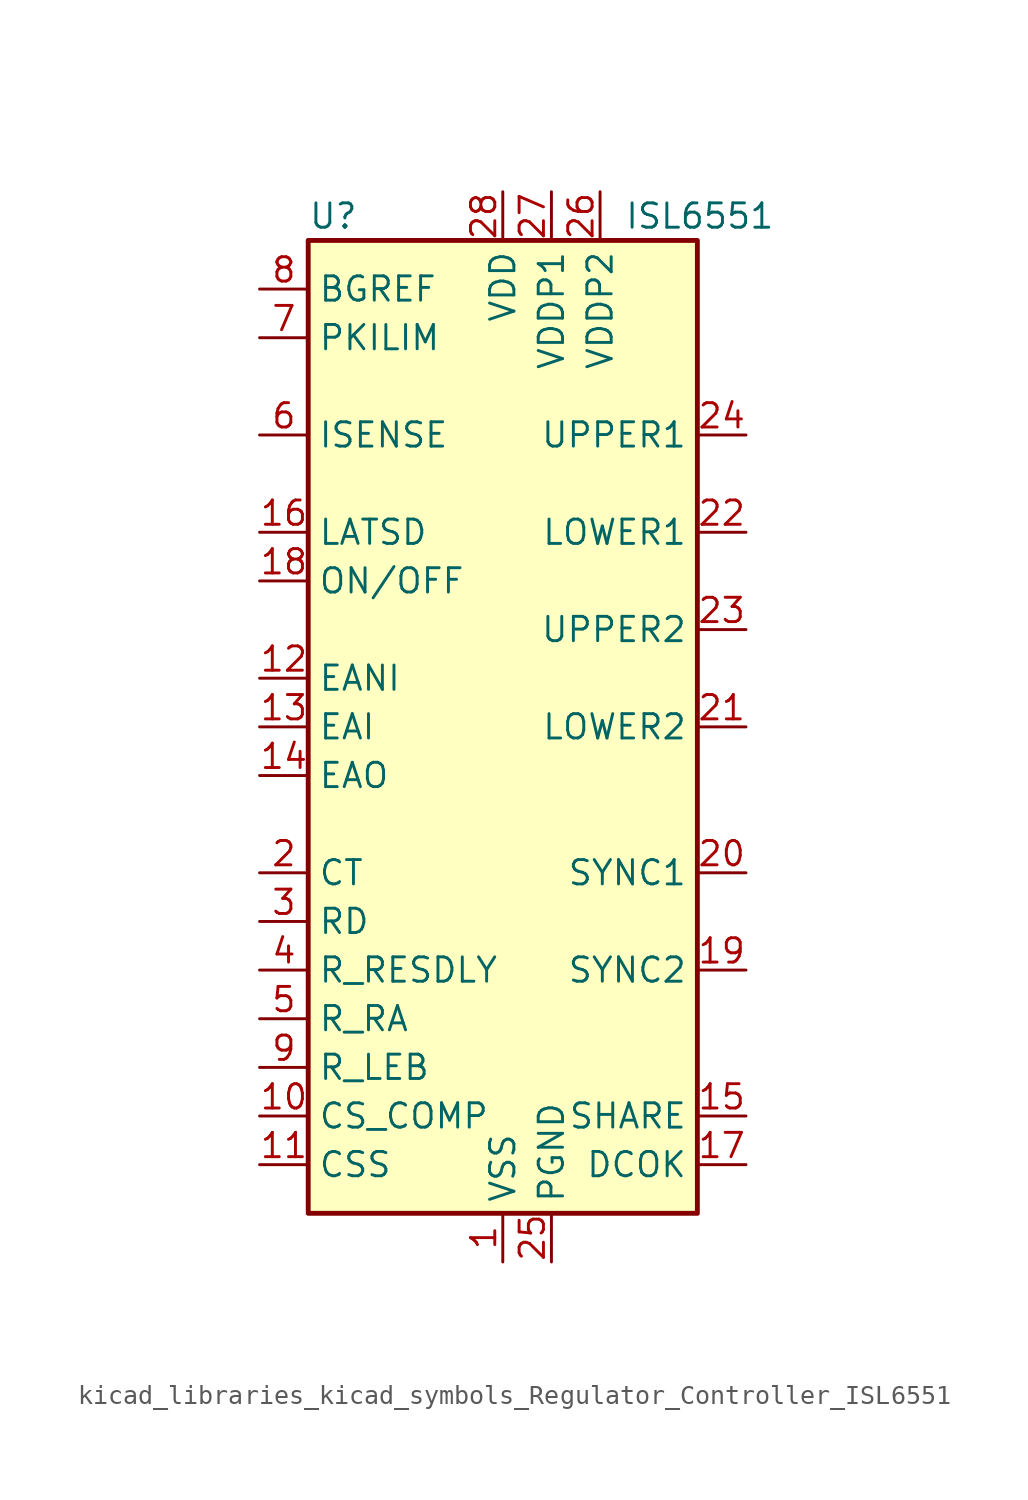
<source format=kicad_sym>
(kicad_symbol_lib
  (version 20220914)
  (generator kicad_symbol_editor)
  (symbol "kicad_libraries_kicad_symbols_Regulator_Controller_ISL6551"
    (property "Reference" "U"
      (at -10.16 26.67 0)
      (effects (font (size 1.27 1.27)) (justify left)))
    (property "Value" "ISL6551"
      (at 6.35 26.67 0)
      (effects (font (size 1.27 1.27)) (justify left)))
    (symbol "kicad_libraries_kicad_symbols_Regulator_Controller_ISL6551_0_0"
      (rectangle (start -10.16 25.4) (end 10.16 -25.4) (stroke (width 0.254) (type default)) (fill (type background))))
    (symbol "kicad_libraries_kicad_symbols_Regulator_Controller_ISL6551_1_1"
      (pin power_in line (at 0 -27.94 90) (length 2.54) (name "VSS" (effects (font (size 1.27 1.27)))) (number "1" (effects (font (size 1.27 1.27)))))
      (pin passive line (at -12.7 -20.32 0) (length 2.54) (name "CS_COMP" (effects (font (size 1.27 1.27)))) (number "10" (effects (font (size 1.27 1.27)))))
      (pin passive line (at -12.7 -22.86 0) (length 2.54) (name "CSS" (effects (font (size 1.27 1.27)))) (number "11" (effects (font (size 1.27 1.27)))))
      (pin input line (at -12.7 2.54 0) (length 2.54) (name "EANI" (effects (font (size 1.27 1.27)))) (number "12" (effects (font (size 1.27 1.27)))))
      (pin input line (at -12.7 0 0) (length 2.54) (name "EAI" (effects (font (size 1.27 1.27)))) (number "13" (effects (font (size 1.27 1.27)))))
      (pin output line (at -12.7 -2.54 0) (length 2.54) (name "EAO" (effects (font (size 1.27 1.27)))) (number "14" (effects (font (size 1.27 1.27)))))
      (pin input line (at 12.7 -20.32 180) (length 2.54) (name "SHARE" (effects (font (size 1.27 1.27)))) (number "15" (effects (font (size 1.27 1.27)))))
      (pin input line (at -12.7 10.16 0) (length 2.54) (name "LATSD" (effects (font (size 1.27 1.27)))) (number "16" (effects (font (size 1.27 1.27)))))
      (pin output line (at 12.7 -22.86 180) (length 2.54) (name "DCOK" (effects (font (size 1.27 1.27)))) (number "17" (effects (font (size 1.27 1.27)))))
      (pin input line (at -12.7 7.62 0) (length 2.54) (name "ON/OFF" (effects (font (size 1.27 1.27)))) (number "18" (effects (font (size 1.27 1.27)))))
      (pin output line (at 12.7 -12.7 180) (length 2.54) (name "SYNC2" (effects (font (size 1.27 1.27)))) (number "19" (effects (font (size 1.27 1.27)))))
      (pin passive line (at -12.7 -7.62 0) (length 2.54) (name "CT" (effects (font (size 1.27 1.27)))) (number "2" (effects (font (size 1.27 1.27)))))
      (pin output line (at 12.7 -7.62 180) (length 2.54) (name "SYNC1" (effects (font (size 1.27 1.27)))) (number "20" (effects (font (size 1.27 1.27)))))
      (pin output line (at 12.7 0 180) (length 2.54) (name "LOWER2" (effects (font (size 1.27 1.27)))) (number "21" (effects (font (size 1.27 1.27)))))
      (pin output line (at 12.7 10.16 180) (length 2.54) (name "LOWER1" (effects (font (size 1.27 1.27)))) (number "22" (effects (font (size 1.27 1.27)))))
      (pin output line (at 12.7 5.08 180) (length 2.54) (name "UPPER2" (effects (font (size 1.27 1.27)))) (number "23" (effects (font (size 1.27 1.27)))))
      (pin output line (at 12.7 15.24 180) (length 2.54) (name "UPPER1" (effects (font (size 1.27 1.27)))) (number "24" (effects (font (size 1.27 1.27)))))
      (pin power_in line (at 2.54 -27.94 90) (length 2.54) (name "PGND" (effects (font (size 1.27 1.27)))) (number "25" (effects (font (size 1.27 1.27)))))
      (pin power_in line (at 5.08 27.94 270) (length 2.54) (name "VDDP2" (effects (font (size 1.27 1.27)))) (number "26" (effects (font (size 1.27 1.27)))))
      (pin power_in line (at 2.54 27.94 270) (length 2.54) (name "VDDP1" (effects (font (size 1.27 1.27)))) (number "27" (effects (font (size 1.27 1.27)))))
      (pin power_in line (at 0 27.94 270) (length 2.54) (name "VDD" (effects (font (size 1.27 1.27)))) (number "28" (effects (font (size 1.27 1.27)))))
      (pin passive line (at -12.7 -10.16 0) (length 2.54) (name "RD" (effects (font (size 1.27 1.27)))) (number "3" (effects (font (size 1.27 1.27)))))
      (pin passive line (at -12.7 -12.7 0) (length 2.54) (name "R_RESDLY" (effects (font (size 1.27 1.27)))) (number "4" (effects (font (size 1.27 1.27)))))
      (pin passive line (at -12.7 -15.24 0) (length 2.54) (name "R_RA" (effects (font (size 1.27 1.27)))) (number "5" (effects (font (size 1.27 1.27)))))
      (pin input line (at -12.7 15.24 0) (length 2.54) (name "ISENSE" (effects (font (size 1.27 1.27)))) (number "6" (effects (font (size 1.27 1.27)))))
      (pin input line (at -12.7 20.32 0) (length 2.54) (name "PKILIM" (effects (font (size 1.27 1.27)))) (number "7" (effects (font (size 1.27 1.27)))))
      (pin output line (at -12.7 22.86 0) (length 2.54) (name "BGREF" (effects (font (size 1.27 1.27)))) (number "8" (effects (font (size 1.27 1.27)))))
      (pin passive line (at -12.7 -17.78 0) (length 2.54) (name "R_LEB" (effects (font (size 1.27 1.27)))) (number "9" (effects (font (size 1.27 1.27))))))))
</source>
